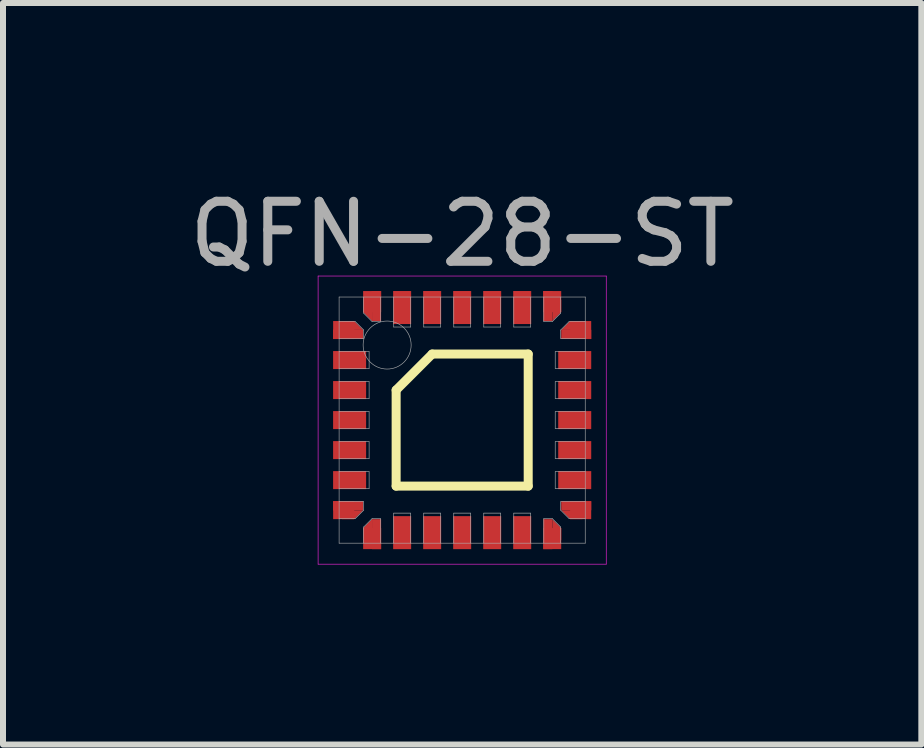
<source format=kicad_pcb>
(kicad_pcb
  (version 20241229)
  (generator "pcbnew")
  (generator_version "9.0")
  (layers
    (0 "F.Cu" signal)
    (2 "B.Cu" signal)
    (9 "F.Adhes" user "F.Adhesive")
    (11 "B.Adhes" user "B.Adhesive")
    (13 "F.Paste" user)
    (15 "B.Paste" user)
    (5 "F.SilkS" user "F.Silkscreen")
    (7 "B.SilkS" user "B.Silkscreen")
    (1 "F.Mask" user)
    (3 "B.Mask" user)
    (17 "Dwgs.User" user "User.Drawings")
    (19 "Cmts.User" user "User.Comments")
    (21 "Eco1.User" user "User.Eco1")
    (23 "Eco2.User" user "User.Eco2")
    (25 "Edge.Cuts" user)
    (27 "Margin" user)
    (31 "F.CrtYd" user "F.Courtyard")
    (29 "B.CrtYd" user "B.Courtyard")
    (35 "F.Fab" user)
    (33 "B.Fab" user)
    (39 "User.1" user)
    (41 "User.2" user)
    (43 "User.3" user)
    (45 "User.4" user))
  (footprint "QFN-28-ST"
    (layer "F.Cu")
    (at 4.649 3.948)
    (property "Reference" "QFN-28-ST" (at 0 -3.1 0) (layer "F.Fab") (effects (font (size 1 1) (thickness 0.15))))
    (attr through_hole)
    (fp_line (start -1.1 -0.5) (end -0.5 -1.1) (stroke (width 0.15) (type solid)) (layer "F.SilkS"))
    (fp_line (start -1.1 1.1) (end -1.1 -0.5) (stroke (width 0.15) (type solid)) (layer "F.SilkS"))
    (fp_line (start -0.5 -1.1) (end 1.1 -1.1) (stroke (width 0.15) (type solid)) (layer "F.SilkS"))
    (fp_line (start 1.1 -1.1) (end 1.1 1.1) (stroke (width 0.15) (type solid)) (layer "F.SilkS"))
    (fp_line (start 1.1 1.1) (end -1.1 1.1) (stroke (width 0.15) (type solid)) (layer "F.SilkS"))
    (fp_line (start -2.4 -2.4) (end 2.4 -2.4) (stroke (width 0.01) (type solid)) (layer "F.CrtYd"))
    (fp_line (start -2.4 2.4) (end -2.4 -2.4) (stroke (width 0.01) (type solid)) (layer "F.CrtYd"))
    (fp_line (start 2.4 -2.4) (end 2.4 2.4) (stroke (width 0.01) (type solid)) (layer "F.CrtYd"))
    (fp_line (start 2.4 2.4) (end -2.4 2.4) (stroke (width 0.01) (type solid)) (layer "F.CrtYd"))
    (fp_line (start -2.05 -2.05) (end 2.05 -2.05) (stroke (width 0.01) (type solid)) (layer "F.Fab"))
    (fp_line (start -2.05 -1.36) (end -1.64 -1.36) (stroke (width 0.01) (type solid)) (layer "F.Fab"))
    (fp_line (start -2.05 -0.86) (end -1.55 -0.86) (stroke (width 0.01) (type solid)) (layer "F.Fab"))
    (fp_line (start -2.05 -0.36) (end -1.55 -0.36) (stroke (width 0.01) (type solid)) (layer "F.Fab"))
    (fp_line (start -2.05 0.14) (end -1.55 0.14) (stroke (width 0.01) (type solid)) (layer "F.Fab"))
    (fp_line (start -2.05 0.64) (end -1.55 0.64) (stroke (width 0.01) (type solid)) (layer "F.Fab"))
    (fp_line (start -2.05 1.14) (end -1.55 1.14) (stroke (width 0.01) (type solid)) (layer "F.Fab"))
    (fp_line (start -2.05 1.64) (end -1.78 1.64) (stroke (width 0.01) (type solid)) (layer "F.Fab"))
    (fp_line (start -2.05 2.05) (end -2.05 -2.05) (stroke (width 0.01) (type solid)) (layer "F.Fab"))
    (fp_line (start -1.78 -1.64) (end -2.05 -1.64) (stroke (width 0.01) (type solid)) (layer "F.Fab"))
    (fp_line (start -1.78 -1.64) (end -1.64 -1.5) (stroke (width 0.01) (type solid)) (layer "F.Fab"))
    (fp_line (start -1.78 1.64) (end -1.64 1.5) (stroke (width 0.01) (type solid)) (layer "F.Fab"))
    (fp_line (start -1.64 -2.05) (end -1.64 -1.78) (stroke (width 0.01) (type solid)) (layer "F.Fab"))
    (fp_line (start -1.64 -1.78) (end -1.5 -1.64) (stroke (width 0.01) (type solid)) (layer "F.Fab"))
    (fp_line (start -1.64 -1.36) (end -1.64 -1.5) (stroke (width 0.01) (type solid)) (layer "F.Fab"))
    (fp_line (start -1.64 1.36) (end -2.05 1.36) (stroke (width 0.01) (type solid)) (layer "F.Fab"))
    (fp_line (start -1.64 1.5) (end -1.64 1.36) (stroke (width 0.01) (type solid)) (layer "F.Fab"))
    (fp_line (start -1.64 1.78) (end -1.64 2.05) (stroke (width 0.01) (type solid)) (layer "F.Fab"))
    (fp_line (start -1.55 -1.14) (end -2.05 -1.14) (stroke (width 0.01) (type solid)) (layer "F.Fab"))
    (fp_line (start -1.55 -0.86) (end -1.55 -1.14) (stroke (width 0.01) (type solid)) (layer "F.Fab"))
    (fp_line (start -1.55 -0.64) (end -2.05 -0.64) (stroke (width 0.01) (type solid)) (layer "F.Fab"))
    (fp_line (start -1.55 -0.36) (end -1.55 -0.64) (stroke (width 0.01) (type solid)) (layer "F.Fab"))
    (fp_line (start -1.55 -0.14) (end -2.05 -0.14) (stroke (width 0.01) (type solid)) (layer "F.Fab"))
    (fp_line (start -1.55 0.14) (end -1.55 -0.14) (stroke (width 0.01) (type solid)) (layer "F.Fab"))
    (fp_line (start -1.55 0.36) (end -2.05 0.36) (stroke (width 0.01) (type solid)) (layer "F.Fab"))
    (fp_line (start -1.55 0.64) (end -1.55 0.36) (stroke (width 0.01) (type solid)) (layer "F.Fab"))
    (fp_line (start -1.55 0.86) (end -2.05 0.86) (stroke (width 0.01) (type solid)) (layer "F.Fab"))
    (fp_line (start -1.55 1.14) (end -1.55 0.86) (stroke (width 0.01) (type solid)) (layer "F.Fab"))
    (fp_line (start -1.5 -1.64) (end -1.36 -1.64) (stroke (width 0.01) (type solid)) (layer "F.Fab"))
    (fp_line (start -1.5 1.64) (end -1.64 1.78) (stroke (width 0.01) (type solid)) (layer "F.Fab"))
    (fp_line (start -1.36 -1.64) (end -1.36 -2.05) (stroke (width 0.01) (type solid)) (layer "F.Fab"))
    (fp_line (start -1.36 1.64) (end -1.5 1.64) (stroke (width 0.01) (type solid)) (layer "F.Fab"))
    (fp_line (start -1.36 2.05) (end -1.36 1.64) (stroke (width 0.01) (type solid)) (layer "F.Fab"))
    (fp_line (start -1.14 -2.05) (end -1.14 -1.55) (stroke (width 0.01) (type solid)) (layer "F.Fab"))
    (fp_line (start -1.14 -1.55) (end -0.86 -1.55) (stroke (width 0.01) (type solid)) (layer "F.Fab"))
    (fp_line (start -1.14 1.55) (end -1.14 2.05) (stroke (width 0.01) (type solid)) (layer "F.Fab"))
    (fp_line (start -0.86 -1.55) (end -0.86 -2.05) (stroke (width 0.01) (type solid)) (layer "F.Fab"))
    (fp_line (start -0.86 1.55) (end -1.14 1.55) (stroke (width 0.01) (type solid)) (layer "F.Fab"))
    (fp_line (start -0.86 2.05) (end -0.86 1.55) (stroke (width 0.01) (type solid)) (layer "F.Fab"))
    (fp_line (start -0.64 -2.05) (end -0.64 -1.55) (stroke (width 0.01) (type solid)) (layer "F.Fab"))
    (fp_line (start -0.64 -1.55) (end -0.36 -1.55) (stroke (width 0.01) (type solid)) (layer "F.Fab"))
    (fp_line (start -0.64 1.55) (end -0.64 2.05) (stroke (width 0.01) (type solid)) (layer "F.Fab"))
    (fp_line (start -0.36 -1.55) (end -0.36 -2.05) (stroke (width 0.01) (type solid)) (layer "F.Fab"))
    (fp_line (start -0.36 1.55) (end -0.64 1.55) (stroke (width 0.01) (type solid)) (layer "F.Fab"))
    (fp_line (start -0.36 2.05) (end -0.36 1.55) (stroke (width 0.01) (type solid)) (layer "F.Fab"))
    (fp_line (start -0.14 -2.05) (end -0.14 -1.55) (stroke (width 0.01) (type solid)) (layer "F.Fab"))
    (fp_line (start -0.14 -1.55) (end 0.14 -1.55) (stroke (width 0.01) (type solid)) (layer "F.Fab"))
    (fp_line (start -0.14 1.55) (end -0.14 2.05) (stroke (width 0.01) (type solid)) (layer "F.Fab"))
    (fp_line (start 0.14 -1.55) (end 0.14 -2.05) (stroke (width 0.01) (type solid)) (layer "F.Fab"))
    (fp_line (start 0.14 1.55) (end -0.14 1.55) (stroke (width 0.01) (type solid)) (layer "F.Fab"))
    (fp_line (start 0.14 2.05) (end 0.14 1.55) (stroke (width 0.01) (type solid)) (layer "F.Fab"))
    (fp_line (start 0.36 -2.05) (end 0.36 -1.55) (stroke (width 0.01) (type solid)) (layer "F.Fab"))
    (fp_line (start 0.36 -1.55) (end 0.64 -1.55) (stroke (width 0.01) (type solid)) (layer "F.Fab"))
    (fp_line (start 0.36 1.55) (end 0.36 2.05) (stroke (width 0.01) (type solid)) (layer "F.Fab"))
    (fp_line (start 0.64 -1.55) (end 0.64 -2.05) (stroke (width 0.01) (type solid)) (layer "F.Fab"))
    (fp_line (start 0.64 1.55) (end 0.36 1.55) (stroke (width 0.01) (type solid)) (layer "F.Fab"))
    (fp_line (start 0.64 2.05) (end 0.64 1.55) (stroke (width 0.01) (type solid)) (layer "F.Fab"))
    (fp_line (start 0.86 -2.05) (end 0.86 -1.55) (stroke (width 0.01) (type solid)) (layer "F.Fab"))
    (fp_line (start 0.86 -1.55) (end 1.14 -1.55) (stroke (width 0.01) (type solid)) (layer "F.Fab"))
    (fp_line (start 0.86 1.55) (end 0.86 2.05) (stroke (width 0.01) (type solid)) (layer "F.Fab"))
    (fp_line (start 1.14 -1.55) (end 1.14 -2.05) (stroke (width 0.01) (type solid)) (layer "F.Fab"))
    (fp_line (start 1.14 1.55) (end 0.86 1.55) (stroke (width 0.01) (type solid)) (layer "F.Fab"))
    (fp_line (start 1.14 2.05) (end 1.14 1.55) (stroke (width 0.01) (type solid)) (layer "F.Fab"))
    (fp_line (start 1.36 -2.05) (end 1.36 -1.64) (stroke (width 0.01) (type solid)) (layer "F.Fab"))
    (fp_line (start 1.36 -1.64) (end 1.5 -1.64) (stroke (width 0.01) (type solid)) (layer "F.Fab"))
    (fp_line (start 1.36 1.64) (end 1.36 2.05) (stroke (width 0.01) (type solid)) (layer "F.Fab"))
    (fp_line (start 1.5 1.64) (end 1.36 1.64) (stroke (width 0.01) (type solid)) (layer "F.Fab"))
    (fp_line (start 1.5 1.64) (end 1.64 1.78) (stroke (width 0.01) (type solid)) (layer "F.Fab"))
    (fp_line (start 1.55 -1.14) (end 1.55 -0.86) (stroke (width 0.01) (type solid)) (layer "F.Fab"))
    (fp_line (start 1.55 -0.86) (end 2.05 -0.86) (stroke (width 0.01) (type solid)) (layer "F.Fab"))
    (fp_line (start 1.55 -0.64) (end 1.55 -0.36) (stroke (width 0.01) (type solid)) (layer "F.Fab"))
    (fp_line (start 1.55 -0.36) (end 2.05 -0.36) (stroke (width 0.01) (type solid)) (layer "F.Fab"))
    (fp_line (start 1.55 -0.14) (end 1.55 0.14) (stroke (width 0.01) (type solid)) (layer "F.Fab"))
    (fp_line (start 1.55 0.14) (end 2.05 0.14) (stroke (width 0.01) (type solid)) (layer "F.Fab"))
    (fp_line (start 1.55 0.36) (end 1.55 0.64) (stroke (width 0.01) (type solid)) (layer "F.Fab"))
    (fp_line (start 1.55 0.64) (end 2.05 0.64) (stroke (width 0.01) (type solid)) (layer "F.Fab"))
    (fp_line (start 1.55 0.86) (end 1.55 1.14) (stroke (width 0.01) (type solid)) (layer "F.Fab"))
    (fp_line (start 1.55 1.14) (end 2.05 1.14) (stroke (width 0.01) (type solid)) (layer "F.Fab"))
    (fp_line (start 1.64 -1.78) (end 1.5 -1.64) (stroke (width 0.01) (type solid)) (layer "F.Fab"))
    (fp_line (start 1.64 -1.78) (end 1.64 -2.05) (stroke (width 0.01) (type solid)) (layer "F.Fab"))
    (fp_line (start 1.64 -1.5) (end 1.64 -1.36) (stroke (width 0.01) (type solid)) (layer "F.Fab"))
    (fp_line (start 1.64 -1.36) (end 2.05 -1.36) (stroke (width 0.01) (type solid)) (layer "F.Fab"))
    (fp_line (start 1.64 1.36) (end 1.64 1.5) (stroke (width 0.01) (type solid)) (layer "F.Fab"))
    (fp_line (start 1.64 1.5) (end 1.78 1.64) (stroke (width 0.01) (type solid)) (layer "F.Fab"))
    (fp_line (start 1.64 2.05) (end 1.64 1.78) (stroke (width 0.01) (type solid)) (layer "F.Fab"))
    (fp_line (start 1.78 -1.64) (end 1.64 -1.5) (stroke (width 0.01) (type solid)) (layer "F.Fab"))
    (fp_line (start 1.78 1.64) (end 2.05 1.64) (stroke (width 0.01) (type solid)) (layer "F.Fab"))
    (fp_line (start 2.05 -2.05) (end 2.05 2.05) (stroke (width 0.01) (type solid)) (layer "F.Fab"))
    (fp_line (start 2.05 -1.64) (end 1.78 -1.64) (stroke (width 0.01) (type solid)) (layer "F.Fab"))
    (fp_line (start 2.05 -1.14) (end 1.55 -1.14) (stroke (width 0.01) (type solid)) (layer "F.Fab"))
    (fp_line (start 2.05 -0.64) (end 1.55 -0.64) (stroke (width 0.01) (type solid)) (layer "F.Fab"))
    (fp_line (start 2.05 -0.14) (end 1.55 -0.14) (stroke (width 0.01) (type solid)) (layer "F.Fab"))
    (fp_line (start 2.05 0.36) (end 1.55 0.36) (stroke (width 0.01) (type solid)) (layer "F.Fab"))
    (fp_line (start 2.05 0.86) (end 1.55 0.86) (stroke (width 0.01) (type solid)) (layer "F.Fab"))
    (fp_line (start 2.05 1.36) (end 1.64 1.36) (stroke (width 0.01) (type solid)) (layer "F.Fab"))
    (fp_line (start 2.05 2.05) (end -2.05 2.05) (stroke (width 0.01) (type solid)) (layer "F.Fab"))
    (fp_circle (center -1.25 -1.25) (end -1.25 -0.85) (stroke (width 0.01) (type solid)) (fill no) (layer "F.Fab"))
    (pad "1" smd rect (at -1.974 -1.5) (size 0.351 0.3) (layers "F.Cu" "F.Mask" "F.Paste"))
    (pad "1" smd trapezoid (at -1.9 -1.576) (size 0.351 0.148) (rect_delta 0 0.148) (layers "F.Cu" "F.Mask" "F.Paste"))
    (pad "1" smd rect (at -1.9 -1.426) (size 0.5 0.151) (layers "F.Cu" "F.Mask" "F.Paste"))
    (pad "2" smd rect (at -1.875 -1) (size 0.55 0.3) (layers "F.Cu" "F.Mask" "F.Paste"))
    (pad "3" smd rect (at -1.875 -0.5) (size 0.55 0.3) (layers "F.Cu" "F.Mask" "F.Paste"))
    (pad "4" smd rect (at -1.875 0) (size 0.55 0.3) (layers "F.Cu" "F.Mask" "F.Paste"))
    (pad "5" smd rect (at -1.875 0.5) (size 0.55 0.3) (layers "F.Cu" "F.Mask" "F.Paste"))
    (pad "6" smd rect (at -1.875 1) (size 0.55 0.3) (layers "F.Cu" "F.Mask" "F.Paste"))
    (pad "7" smd rect (at -1.974 1.5) (size 0.351 0.3) (layers "F.Cu" "F.Mask" "F.Paste"))
    (pad "7" smd rect (at -1.9 1.426) (size 0.5 0.151) (layers "F.Cu" "F.Mask" "F.Paste"))
    (pad "7" smd trapezoid (at -1.9 1.576) (size 0.351 0.148) (rect_delta 0 -0.148) (layers "F.Cu" "F.Mask" "F.Paste"))
    (pad "8" smd trapezoid (at -1.576 1.9 90) (size 0.351 0.148) (rect_delta 0 0.148) (layers "F.Cu" "F.Mask" "F.Paste"))
    (pad "8" smd rect (at -1.5 1.974) (size 0.3 0.351) (layers "F.Cu" "F.Mask" "F.Paste"))
    (pad "8" smd rect (at -1.426 1.9 90) (size 0.5 0.151) (layers "F.Cu" "F.Mask" "F.Paste"))
    (pad "9" smd rect (at -1 1.875) (size 0.3 0.55) (layers "F.Cu" "F.Mask" "F.Paste"))
    (pad "10" smd rect (at -0.5 1.875) (size 0.3 0.55) (layers "F.Cu" "F.Mask" "F.Paste"))
    (pad "11" smd rect (at 0 1.875) (size 0.3 0.55) (layers "F.Cu" "F.Mask" "F.Paste"))
    (pad "12" smd rect (at 0.5 1.875) (size 0.3 0.55) (layers "F.Cu" "F.Mask" "F.Paste"))
    (pad "13" smd rect (at 1 1.875) (size 0.3 0.55) (layers "F.Cu" "F.Mask" "F.Paste"))
    (pad "14" smd rect (at 1.426 1.9 90) (size 0.5 0.151) (layers "F.Cu" "F.Mask" "F.Paste"))
    (pad "14" smd rect (at 1.5 1.974) (size 0.3 0.351) (layers "F.Cu" "F.Mask" "F.Paste"))
    (pad "14" smd trapezoid (at 1.576 1.9 90) (size 0.351 0.148) (rect_delta 0 -0.148) (layers "F.Cu" "F.Mask" "F.Paste"))
    (pad "15" smd rect (at 1.9 1.426) (size 0.5 0.151) (layers "F.Cu" "F.Mask" "F.Paste"))
    (pad "15" smd trapezoid (at 1.9 1.576) (size 0.351 0.148) (rect_delta 0 -0.148) (layers "F.Cu" "F.Mask" "F.Paste"))
    (pad "15" smd rect (at 1.974 1.5) (size 0.351 0.3) (layers "F.Cu" "F.Mask" "F.Paste"))
    (pad "16" smd rect (at 1.875 1) (size 0.55 0.3) (layers "F.Cu" "F.Mask" "F.Paste"))
    (pad "17" smd rect (at 1.875 0.5) (size 0.55 0.3) (layers "F.Cu" "F.Mask" "F.Paste"))
    (pad "18" smd rect (at 1.875 0) (size 0.55 0.3) (layers "F.Cu" "F.Mask" "F.Paste"))
    (pad "19" smd rect (at 1.875 -0.5) (size 0.55 0.3) (layers "F.Cu" "F.Mask" "F.Paste"))
    (pad "20" smd rect (at 1.875 -1) (size 0.55 0.3) (layers "F.Cu" "F.Mask" "F.Paste"))
    (pad "21" smd trapezoid (at 1.9 -1.576) (size 0.351 0.148) (rect_delta 0 0.148) (layers "F.Cu" "F.Mask" "F.Paste"))
    (pad "21" smd rect (at 1.9 -1.426) (size 0.5 0.151) (layers "F.Cu" "F.Mask" "F.Paste"))
    (pad "21" smd rect (at 1.974 -1.5) (size 0.351 0.3) (layers "F.Cu" "F.Mask" "F.Paste"))
    (pad "22" smd rect (at 1.426 -1.9 90) (size 0.5 0.151) (layers "F.Cu" "F.Mask" "F.Paste"))
    (pad "22" smd rect (at 1.5 -1.974) (size 0.3 0.351) (layers "F.Cu" "F.Mask" "F.Paste"))
    (pad "22" smd trapezoid (at 1.576 -1.9 90) (size 0.351 0.148) (rect_delta 0 -0.148) (layers "F.Cu" "F.Mask" "F.Paste"))
    (pad "23" smd rect (at 1 -1.875) (size 0.3 0.55) (layers "F.Cu" "F.Mask" "F.Paste"))
    (pad "24" smd rect (at 0.5 -1.875) (size 0.3 0.55) (layers "F.Cu" "F.Mask" "F.Paste"))
    (pad "25" smd rect (at 0 -1.875) (size 0.3 0.55) (layers "F.Cu" "F.Mask" "F.Paste"))
    (pad "26" smd rect (at -0.5 -1.875) (size 0.3 0.55) (layers "F.Cu" "F.Mask" "F.Paste"))
    (pad "27" smd rect (at -1 -1.875) (size 0.3 0.55) (layers "F.Cu" "F.Mask" "F.Paste"))
    (pad "28" smd trapezoid (at -1.576 -1.9 90) (size 0.351 0.148) (rect_delta 0 0.148) (layers "F.Cu" "F.Mask" "F.Paste"))
    (pad "28" smd rect (at -1.5 -1.974) (size 0.3 0.351) (layers "F.Cu" "F.Mask" "F.Paste"))
    (pad "28" smd rect (at -1.426 -1.9 90) (size 0.5 0.151) (layers "F.Cu" "F.Mask" "F.Paste")))
  (gr_rect
    (start -3 -3)
    (end 12.298 9.353)
    (stroke (width 0.1) (type default))
    (fill no)
    (layer "Edge.Cuts")))
</source>
